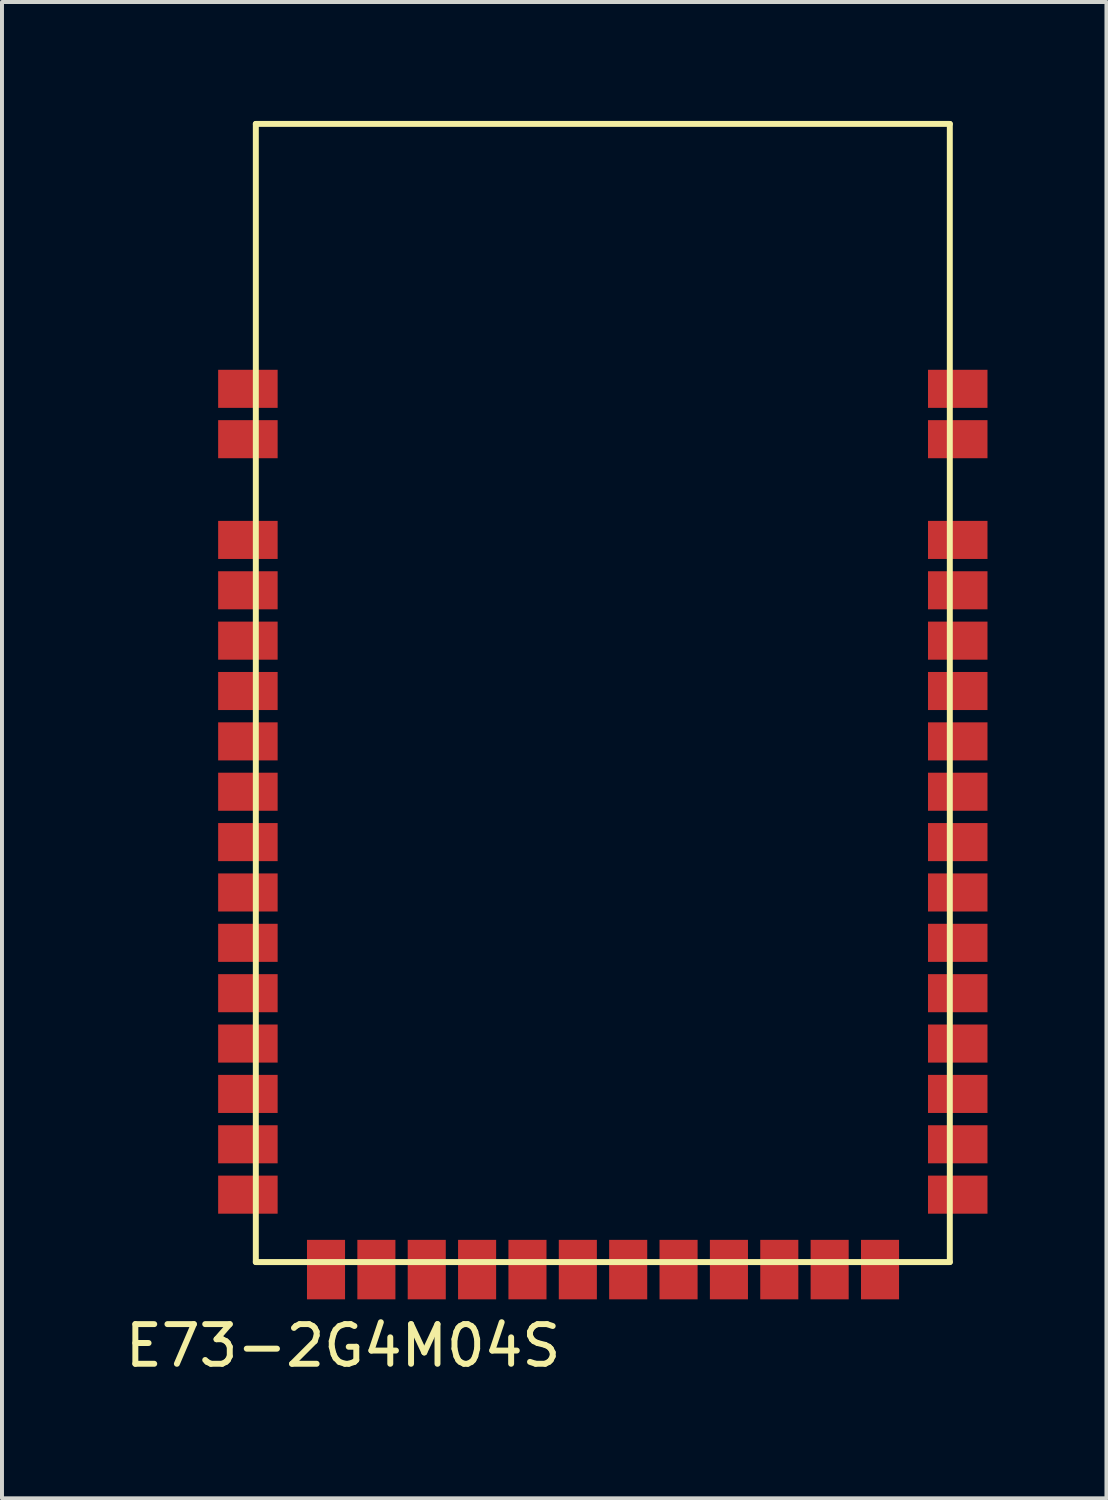
<source format=kicad_pcb>
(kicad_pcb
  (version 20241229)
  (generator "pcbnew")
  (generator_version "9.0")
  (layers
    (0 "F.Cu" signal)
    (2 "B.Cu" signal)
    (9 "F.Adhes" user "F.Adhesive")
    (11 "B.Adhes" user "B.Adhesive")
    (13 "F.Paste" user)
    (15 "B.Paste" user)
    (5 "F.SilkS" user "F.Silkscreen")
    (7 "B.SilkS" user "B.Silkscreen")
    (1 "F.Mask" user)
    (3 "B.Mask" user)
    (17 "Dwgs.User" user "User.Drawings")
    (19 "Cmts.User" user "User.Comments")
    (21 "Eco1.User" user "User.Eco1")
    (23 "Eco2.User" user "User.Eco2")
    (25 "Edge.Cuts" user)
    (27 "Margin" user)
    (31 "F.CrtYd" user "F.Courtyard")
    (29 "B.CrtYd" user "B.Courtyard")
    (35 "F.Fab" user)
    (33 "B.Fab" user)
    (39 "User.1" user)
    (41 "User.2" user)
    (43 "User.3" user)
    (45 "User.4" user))
  (footprint "E73-2G4M04S"
    (layer "F.Cu")
    (at 3.201 6.755)
    (property "Reference" "E73-2G4M04S" (at 2.4 24.13 0) (layer "F.SilkS") (effects (font (size 1 1) (thickness 0.15))))
    (attr through_hole)
    (fp_line (start 0.2 -6.68) (end 17.7 -6.68) (stroke (width 0.15) (type solid)) (layer "F.SilkS"))
    (fp_line (start 0.2 22.02) (end 0.2 -6.68) (stroke (width 0.15) (type solid)) (layer "F.SilkS"))
    (fp_line (start 17.7 -6.68) (end 17.7 22.02) (stroke (width 0.15) (type solid)) (layer "F.SilkS"))
    (fp_line (start 17.7 22.02) (end 0.2 22.02) (stroke (width 0.15) (type solid)) (layer "F.SilkS"))
    (pad "0" smd rect (at 0 0 90) (size 0.96 1.5) (layers "F.Cu" "F.Mask" "F.Paste"))
    (pad "1" smd rect (at 0 1.27 90) (size 0.96 1.5) (layers "F.Cu" "F.Mask" "F.Paste"))
    (pad "2" smd rect (at 0 3.81 90) (size 0.96 1.5) (layers "F.Cu" "F.Mask" "F.Paste"))
    (pad "3" smd rect (at 0 5.08 90) (size 0.96 1.5) (layers "F.Cu" "F.Mask" "F.Paste"))
    (pad "4" smd rect (at 0 6.35 90) (size 0.96 1.5) (layers "F.Cu" "F.Mask" "F.Paste"))
    (pad "5" smd rect (at 0 7.62 90) (size 0.96 1.5) (layers "F.Cu" "F.Mask" "F.Paste"))
    (pad "6" smd rect (at 0 8.89 90) (size 0.96 1.5) (layers "F.Cu" "F.Mask" "F.Paste"))
    (pad "7" smd rect (at 0 10.16 90) (size 0.96 1.5) (layers "F.Cu" "F.Mask" "F.Paste"))
    (pad "8" smd rect (at 0 11.43 90) (size 0.96 1.5) (layers "F.Cu" "F.Mask" "F.Paste"))
    (pad "9" smd rect (at 0 12.7 90) (size 0.96 1.5) (layers "F.Cu" "F.Mask" "F.Paste"))
    (pad "10" smd rect (at 0 13.97 90) (size 0.96 1.5) (layers "F.Cu" "F.Mask" "F.Paste"))
    (pad "11" smd rect (at 0 15.24 90) (size 0.96 1.5) (layers "F.Cu" "F.Mask" "F.Paste"))
    (pad "12" smd rect (at 0 16.51 90) (size 0.96 1.5) (layers "F.Cu" "F.Mask" "F.Paste"))
    (pad "13" smd rect (at 0 17.78 90) (size 0.96 1.5) (layers "F.Cu" "F.Mask" "F.Paste"))
    (pad "14" smd rect (at 0 19.05 90) (size 0.96 1.5) (layers "F.Cu" "F.Mask" "F.Paste"))
    (pad "15" smd rect (at 0 20.32 90) (size 0.96 1.5) (layers "F.Cu" "F.Mask" "F.Paste"))
    (pad "16" smd rect (at 1.97 22.21 180) (size 0.96 1.5) (layers "F.Cu" "F.Mask" "F.Paste"))
    (pad "17" smd rect (at 3.24 22.21 180) (size 0.96 1.5) (layers "F.Cu" "F.Mask" "F.Paste"))
    (pad "18" smd rect (at 4.51 22.21 180) (size 0.96 1.5) (layers "F.Cu" "F.Mask" "F.Paste"))
    (pad "19" smd rect (at 5.78 22.21 180) (size 0.96 1.5) (layers "F.Cu" "F.Mask" "F.Paste"))
    (pad "20" smd rect (at 7.05 22.21 180) (size 0.96 1.5) (layers "F.Cu" "F.Mask" "F.Paste"))
    (pad "21" smd rect (at 8.32 22.21 180) (size 0.96 1.5) (layers "F.Cu" "F.Mask" "F.Paste"))
    (pad "22" smd rect (at 9.59 22.21 180) (size 0.96 1.5) (layers "F.Cu" "F.Mask" "F.Paste"))
    (pad "23" smd rect (at 10.86 22.21 180) (size 0.96 1.5) (layers "F.Cu" "F.Mask" "F.Paste"))
    (pad "24" smd rect (at 12.13 22.21 180) (size 0.96 1.5) (layers "F.Cu" "F.Mask" "F.Paste"))
    (pad "25" smd rect (at 13.4 22.21 180) (size 0.96 1.5) (layers "F.Cu" "F.Mask" "F.Paste"))
    (pad "26" smd rect (at 14.67 22.21 180) (size 0.96 1.5) (layers "F.Cu" "F.Mask" "F.Paste"))
    (pad "27" smd rect (at 15.94 22.21 180) (size 0.96 1.5) (layers "F.Cu" "F.Mask" "F.Paste"))
    (pad "28" smd rect (at 17.9 20.32 90) (size 0.96 1.5) (layers "F.Cu" "F.Mask" "F.Paste"))
    (pad "29" smd rect (at 17.9 19.05 90) (size 0.96 1.5) (layers "F.Cu" "F.Mask" "F.Paste"))
    (pad "30" smd rect (at 17.9 17.78 90) (size 0.96 1.5) (layers "F.Cu" "F.Mask" "F.Paste"))
    (pad "31" smd rect (at 17.9 16.51 90) (size 0.96 1.5) (layers "F.Cu" "F.Mask" "F.Paste"))
    (pad "32" smd rect (at 17.9 15.24 90) (size 0.96 1.5) (layers "F.Cu" "F.Mask" "F.Paste"))
    (pad "33" smd rect (at 17.9 13.97 90) (size 0.96 1.5) (layers "F.Cu" "F.Mask" "F.Paste"))
    (pad "34" smd rect (at 17.9 12.7 90) (size 0.96 1.5) (layers "F.Cu" "F.Mask" "F.Paste"))
    (pad "35" smd rect (at 17.9 11.43 90) (size 0.96 1.5) (layers "F.Cu" "F.Mask" "F.Paste"))
    (pad "36" smd rect (at 17.9 10.16 90) (size 0.96 1.5) (layers "F.Cu" "F.Mask" "F.Paste"))
    (pad "37" smd rect (at 17.9 8.89 90) (size 0.96 1.5) (layers "F.Cu" "F.Mask" "F.Paste"))
    (pad "38" smd rect (at 17.9 7.62 90) (size 0.96 1.5) (layers "F.Cu" "F.Mask" "F.Paste"))
    (pad "39" smd rect (at 17.9 6.35 90) (size 0.96 1.5) (layers "F.Cu" "F.Mask" "F.Paste"))
    (pad "40" smd rect (at 17.9 5.08 90) (size 0.96 1.5) (layers "F.Cu" "F.Mask" "F.Paste"))
    (pad "41" smd rect (at 17.9 3.81 90) (size 0.96 1.5) (layers "F.Cu" "F.Mask" "F.Paste"))
    (pad "42" smd rect (at 17.9 1.27 90) (size 0.96 1.5) (layers "F.Cu" "F.Mask" "F.Paste"))
    (pad "43" smd rect (at 17.9 0 90) (size 0.96 1.5) (layers "F.Cu" "F.Mask" "F.Paste")))
  (gr_rect
    (start -3 -3)
    (end 24.851 34.733)
    (stroke (width 0.1) (type default))
    (fill no)
    (layer "Edge.Cuts")))
</source>
